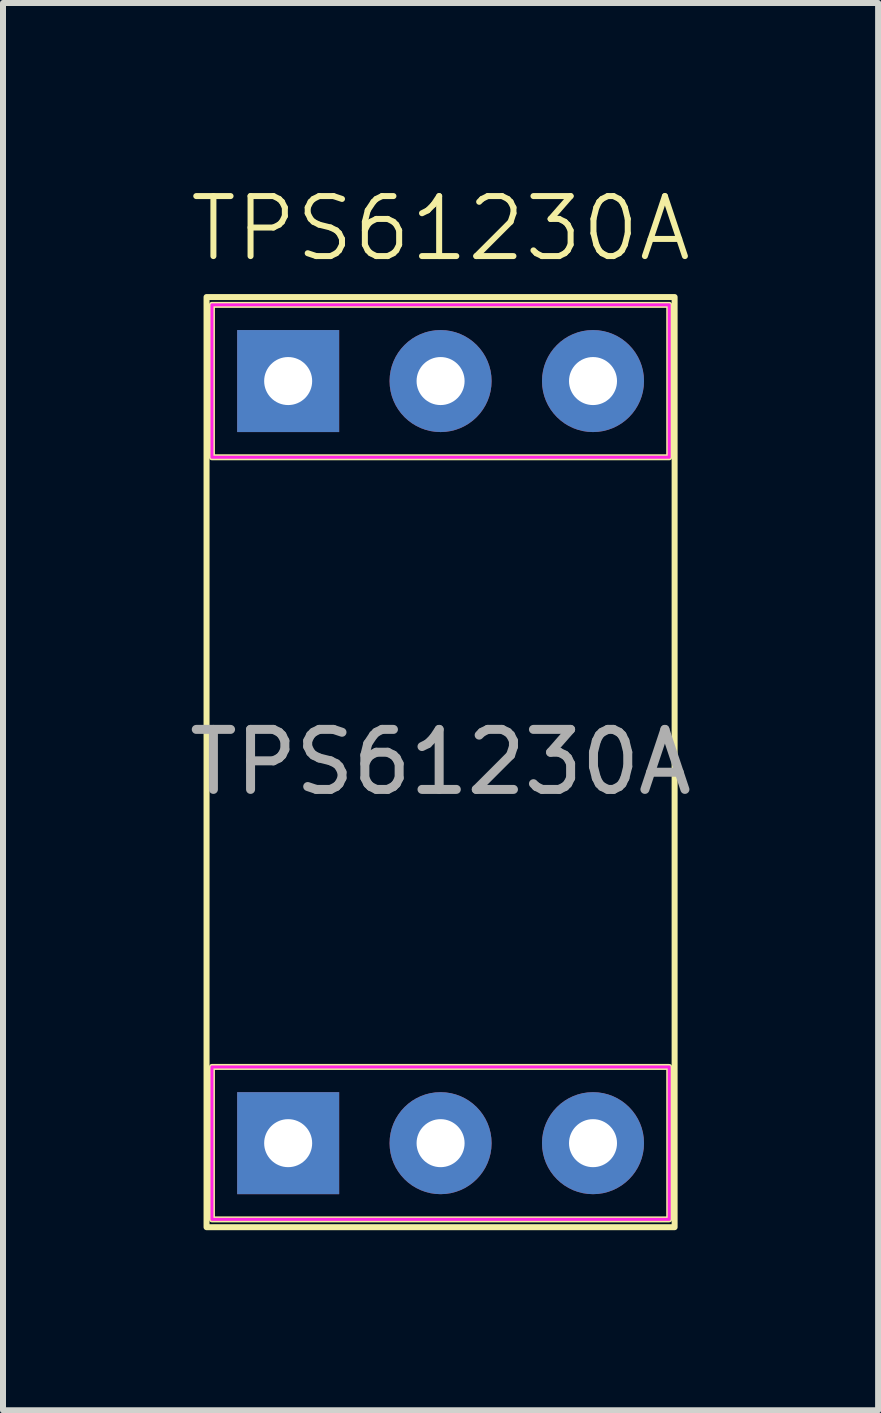
<source format=kicad_pcb>
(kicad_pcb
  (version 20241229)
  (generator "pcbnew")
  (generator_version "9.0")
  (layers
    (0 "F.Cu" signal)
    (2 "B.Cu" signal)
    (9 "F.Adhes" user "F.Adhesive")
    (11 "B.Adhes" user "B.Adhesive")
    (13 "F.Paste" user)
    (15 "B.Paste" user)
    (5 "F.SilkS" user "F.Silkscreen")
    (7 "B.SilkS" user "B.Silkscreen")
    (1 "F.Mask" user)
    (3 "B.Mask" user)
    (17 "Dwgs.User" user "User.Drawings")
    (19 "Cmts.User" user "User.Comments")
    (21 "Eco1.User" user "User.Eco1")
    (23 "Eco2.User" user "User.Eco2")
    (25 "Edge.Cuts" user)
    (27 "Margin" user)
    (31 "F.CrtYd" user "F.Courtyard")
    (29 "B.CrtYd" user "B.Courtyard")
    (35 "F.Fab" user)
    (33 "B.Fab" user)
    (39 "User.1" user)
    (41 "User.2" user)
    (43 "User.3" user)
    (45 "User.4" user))
  (footprint "TPS61230A"
    (layer "F.Cu")
    (at 4.292 9.65)
    (property "Reference" "TPS61230A" (at 0 -8.89 0) (unlocked yes) (layer "F.SilkS") (effects (font (size 1 1) (thickness 0.1))))
    (attr through_hole)
    (fp_rect (start -3.9 -7.75) (end 3.9 7.75) (stroke (width 0.1) (type default)) (fill no) (layer "F.SilkS"))
    (fp_rect (start -3.81 -7.62) (end 3.81 -5.08) (stroke (width 0.1) (type default)) (fill no) (layer "F.SilkS"))
    (fp_rect (start -3.81 7.62) (end 3.81 5.08) (stroke (width 0.1) (type default)) (fill no) (layer "F.SilkS"))
    (fp_rect (start -3.81 -7.62) (end 3.81 -5.08) (stroke (width 0.05) (type default)) (fill no) (layer "F.CrtYd"))
    (fp_rect (start -3.81 5.08) (end 3.81 7.62) (stroke (width 0.05) (type default)) (fill no) (layer "F.CrtYd"))
    (fp_text user "${REFERENCE}" (at 0 0 0) (unlocked yes) (layer "F.Fab") (effects (font (size 1 1) (thickness 0.15))))
    (pad "0" thru_hole circle (at 0 -6.35 90) (size 1.7 1.7) (drill 0.8) (layers "*.Cu" "*.Mask"))
    (pad "1" thru_hole circle (at 2.54 6.35 90) (size 1.7 1.7) (drill 0.8) (layers "*.Cu" "*.Mask"))
    (pad "2" thru_hole circle (at 0 6.35 90) (size 1.7 1.7) (drill 0.8) (layers "*.Cu" "*.Mask"))
    (pad "3" thru_hole rect (at -2.54 -6.35 90) (size 1.7 1.7) (drill 0.8) (layers "*.Cu" "*.Mask"))
    (pad "3" thru_hole rect (at -2.54 6.35 90) (size 1.7 1.7) (drill 0.8) (layers "*.Cu" "*.Mask"))
    (pad "4" thru_hole circle (at 2.54 -6.35 90) (size 1.7 1.7) (drill 0.8) (layers "*.Cu" "*.Mask")))
  (gr_rect
    (start -3 -3)
    (end 11.583 20.451)
    (stroke (width 0.1) (type default))
    (fill no)
    (layer "Edge.Cuts")))
</source>
